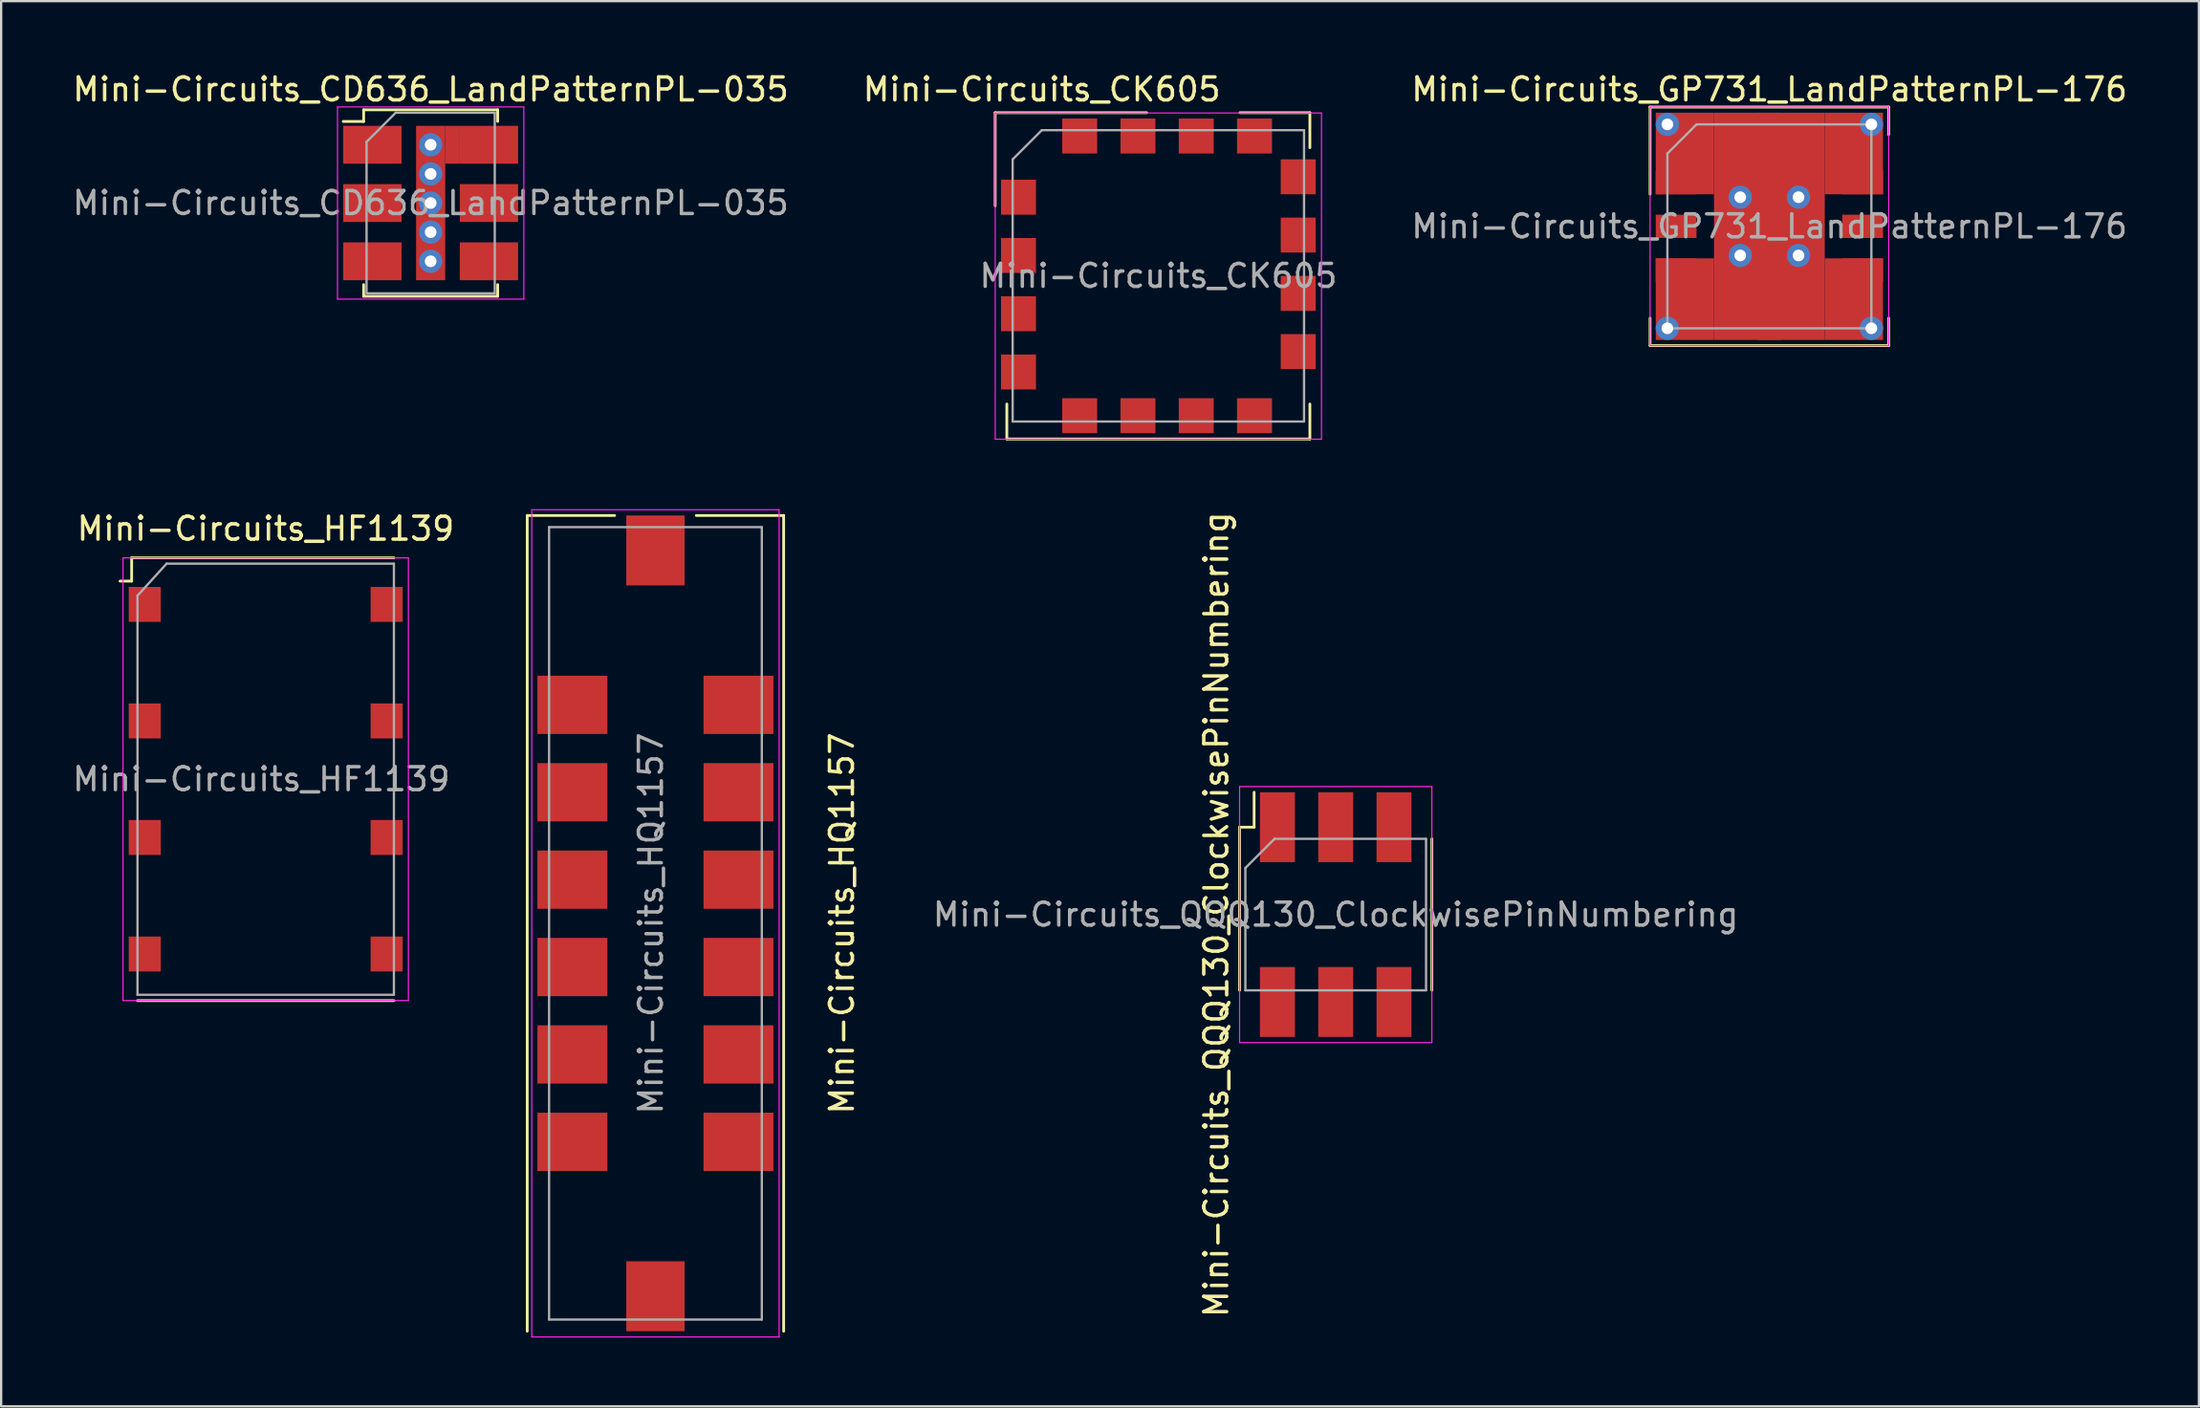
<source format=kicad_pcb>
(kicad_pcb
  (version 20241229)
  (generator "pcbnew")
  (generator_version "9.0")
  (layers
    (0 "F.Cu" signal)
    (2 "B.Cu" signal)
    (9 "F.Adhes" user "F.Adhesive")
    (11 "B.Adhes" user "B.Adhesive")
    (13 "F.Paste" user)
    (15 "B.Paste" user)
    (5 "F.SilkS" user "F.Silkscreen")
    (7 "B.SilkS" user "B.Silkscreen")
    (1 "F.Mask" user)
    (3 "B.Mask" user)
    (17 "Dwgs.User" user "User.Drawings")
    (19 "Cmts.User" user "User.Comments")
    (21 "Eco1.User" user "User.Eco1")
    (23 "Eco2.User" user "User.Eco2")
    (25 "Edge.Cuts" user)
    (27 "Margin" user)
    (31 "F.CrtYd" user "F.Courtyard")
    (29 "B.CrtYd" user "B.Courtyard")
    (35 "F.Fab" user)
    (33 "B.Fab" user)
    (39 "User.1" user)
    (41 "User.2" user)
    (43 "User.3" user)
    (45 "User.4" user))
  (footprint "Mini-Circuits_HF1139"
    (layer "F.Cu")
    (at 8.53 30.919)
    (property "Reference" "Mini-Circuits_HF1139" (at 0 -10.922 0) (layer "F.SilkS") (effects (font (size 1 1) (thickness 0.15))))
    (attr smd)
    (fp_line (start -5.842 -9.652) (end -5.842 -8.636) (stroke (width 0.12) (type solid)) (layer "F.SilkS"))
    (fp_line (start -5.842 -8.636) (end -6.35 -8.636) (stroke (width 0.12) (type solid)) (layer "F.SilkS"))
    (fp_line (start 5.588 -9.652) (end -5.842 -9.652) (stroke (width 0.12) (type solid)) (layer "F.SilkS"))
    (fp_line (start 5.588 9.652) (end -5.588 9.652) (stroke (width 0.12) (type solid)) (layer "F.SilkS"))
    (fp_line (start -6.22 -9.65) (end -6.22 9.65) (stroke (width 0.05) (type solid)) (layer "F.CrtYd"))
    (fp_line (start -6.22 -9.65) (end 6.22 -9.65) (stroke (width 0.05) (type solid)) (layer "F.CrtYd"))
    (fp_line (start 6.22 9.65) (end -6.22 9.65) (stroke (width 0.05) (type solid)) (layer "F.CrtYd"))
    (fp_line (start 6.22 9.65) (end 6.22 -9.65) (stroke (width 0.05) (type solid)) (layer "F.CrtYd"))
    (fp_line (start -5.588 -8.001) (end -5.588 9.398) (stroke (width 0.1) (type solid)) (layer "F.Fab"))
    (fp_line (start -4.318 -9.398) (end -5.588 -8.001) (stroke (width 0.1) (type solid)) (layer "F.Fab"))
    (fp_line (start 5.588 -9.398) (end -4.318 -9.398) (stroke (width 0.1) (type solid)) (layer "F.Fab"))
    (fp_line (start 5.588 9.398) (end -5.588 9.398) (stroke (width 0.1) (type solid)) (layer "F.Fab"))
    (fp_line (start 5.588 9.398) (end 5.588 -9.398) (stroke (width 0.1) (type solid)) (layer "F.Fab"))
    (fp_text user "${REFERENCE}" (at -0.191 0 180) (layer "F.Fab") (effects (font (size 1 1) (thickness 0.15))))
    (pad "1" smd rect (at -5.271 -7.62 270) (size 1.524 1.397) (layers "F.Cu" "F.Mask" "F.Paste"))
    (pad "2" smd rect (at 5.271 -7.62 270) (size 1.524 1.397) (layers "F.Cu" "F.Mask" "F.Paste"))
    (pad "3" smd rect (at -5.271 -2.54 270) (size 1.524 1.397) (layers "F.Cu" "F.Mask" "F.Paste"))
    (pad "4" smd rect (at 5.271 -2.54 270) (size 1.524 1.397) (layers "F.Cu" "F.Mask" "F.Paste"))
    (pad "5" smd rect (at -5.271 2.54 270) (size 1.524 1.397) (layers "F.Cu" "F.Mask" "F.Paste"))
    (pad "6" smd rect (at 5.271 2.54 270) (size 1.524 1.397) (layers "F.Cu" "F.Mask" "F.Paste"))
    (pad "7" smd rect (at -5.271 7.62 270) (size 1.524 1.397) (layers "F.Cu" "F.Mask" "F.Paste"))
    (pad "8" smd rect (at 5.271 7.62 270) (size 1.524 1.397) (layers "F.Cu" "F.Mask" "F.Paste")))
  (footprint "Mini-Circuits_CD636_LandPatternPL-035"
    (layer "F.Cu")
    (at 15.72 5.801)
    (property "Reference" "Mini-Circuits_CD636_LandPatternPL-035" (at 0.004 -4.953 0) (layer "F.SilkS") (effects (font (size 1 1) (thickness 0.15))))
    (attr smd)
    (fp_line (start -2.921 -4.064) (end -2.921 -3.556) (stroke (width 0.12) (type solid)) (layer "F.SilkS"))
    (fp_line (start -2.921 -3.556) (end -3.81 -3.556) (stroke (width 0.12) (type solid)) (layer "F.SilkS"))
    (fp_line (start -2.921 3.556) (end -2.921 4.064) (stroke (width 0.12) (type solid)) (layer "F.SilkS"))
    (fp_line (start -2.921 4.064) (end 2.921 4.064) (stroke (width 0.12) (type solid)) (layer "F.SilkS"))
    (fp_line (start 2.921 -4.064) (end -2.921 -4.064) (stroke (width 0.12) (type solid)) (layer "F.SilkS"))
    (fp_line (start 2.921 -3.556) (end 2.921 -4.064) (stroke (width 0.12) (type solid)) (layer "F.SilkS"))
    (fp_line (start 2.921 4.064) (end 2.921 3.556) (stroke (width 0.12) (type solid)) (layer "F.SilkS"))
    (fp_line (start -4.06 -4.19) (end -4.06 4.19) (stroke (width 0.05) (type solid)) (layer "F.CrtYd"))
    (fp_line (start -4.06 -4.19) (end 4.06 -4.19) (stroke (width 0.05) (type solid)) (layer "F.CrtYd"))
    (fp_line (start 4.06 4.19) (end -4.06 4.19) (stroke (width 0.05) (type solid)) (layer "F.CrtYd"))
    (fp_line (start 4.06 4.19) (end 4.06 -4.19) (stroke (width 0.05) (type solid)) (layer "F.CrtYd"))
    (fp_line (start -2.794 -2.667) (end -2.794 3.937) (stroke (width 0.1) (type solid)) (layer "F.Fab"))
    (fp_line (start -2.794 3.937) (end 2.794 3.937) (stroke (width 0.1) (type solid)) (layer "F.Fab"))
    (fp_line (start -1.524 -3.937) (end -2.794 -2.667) (stroke (width 0.1) (type solid)) (layer "F.Fab"))
    (fp_line (start 2.794 -3.937) (end -1.524 -3.937) (stroke (width 0.1) (type solid)) (layer "F.Fab"))
    (fp_line (start 2.794 -3.937) (end 2.794 3.937) (stroke (width 0.1) (type solid)) (layer "F.Fab"))
    (fp_text user "${REFERENCE}" (at 0 0 0) (layer "F.Fab") (effects (font (size 1 1) (thickness 0.15))))
    (pad "1" smd rect (at -2.54 -2.54 270) (size 1.651 2.54) (layers "F.Cu" "F.Mask" "F.Paste"))
    (pad "2" smd rect (at -2.54 0 270) (size 1.651 2.54) (layers "F.Cu" "F.Mask" "F.Paste"))
    (pad "3" smd rect (at -2.54 2.54 270) (size 1.651 2.54) (layers "F.Cu" "F.Mask" "F.Paste"))
    (pad "4" smd rect (at 2.54 2.54 270) (size 1.651 2.54) (layers "F.Cu" "F.Mask" "F.Paste"))
    (pad "5" smd rect (at 2.54 0 270) (size 1.651 2.54) (layers "F.Cu" "F.Mask" "F.Paste"))
    (pad "6" thru_hole circle (at 0 -2.54 270) (size 1.016 1.016) (drill 0.508) (layers "*.Cu"))
    (pad "6" thru_hole circle (at 0 -1.27 270) (size 1.016 1.016) (drill 0.508) (layers "*.Cu"))
    (pad "6" thru_hole circle (at 0 0 270) (size 1.016 1.016) (drill 0.508) (layers "*.Cu"))
    (pad "6" smd rect (at 0 0 270) (size 6.731 1.27) (layers "F.Cu"))
    (pad "6" thru_hole circle (at 0 1.27 270) (size 1.016 1.016) (drill 0.508) (layers "*.Cu"))
    (pad "6" thru_hole circle (at 0 2.54 270) (size 1.016 1.016) (drill 0.508) (layers "*.Cu"))
    (pad "6" smd rect (at 0.953 -2.54 270) (size 1.651 0.635) (layers "F.Cu"))
    (pad "6" smd rect (at 2.54 -2.54 270) (size 1.651 2.54) (layers "F.Cu" "F.Mask" "F.Paste")))
  (footprint "Mini-Circuits_CK605"
    (layer "F.Cu")
    (at 47.436 8.976)
    (property "Reference" "Mini-Circuits_CK605" (at -5.08 -8.128 180) (layer "F.SilkS") (effects (font (size 1 1) (thickness 0.15))))
    (attr smd)
    (fp_line (start -7.112 -7.112) (end -0.508 -7.112) (stroke (width 0.12) (type solid)) (layer "F.SilkS"))
    (fp_line (start -7.112 -3.048) (end -7.112 -7.112) (stroke (width 0.12) (type solid)) (layer "F.SilkS"))
    (fp_line (start -6.604 5.588) (end -6.604 7.112) (stroke (width 0.12) (type solid)) (layer "F.SilkS"))
    (fp_line (start -6.604 7.112) (end 6.604 7.112) (stroke (width 0.12) (type solid)) (layer "F.SilkS"))
    (fp_line (start 3.556 -7.112) (end 6.604 -7.112) (stroke (width 0.12) (type solid)) (layer "F.SilkS"))
    (fp_line (start 6.604 -7.112) (end 6.604 -5.588) (stroke (width 0.12) (type solid)) (layer "F.SilkS"))
    (fp_line (start 6.604 7.112) (end 6.604 5.588) (stroke (width 0.12) (type solid)) (layer "F.SilkS"))
    (fp_line (start -7.11 -7.1) (end -7.11 7.12) (stroke (width 0.05) (type solid)) (layer "F.CrtYd"))
    (fp_line (start -7.11 -7.1) (end 7.11 -7.1) (stroke (width 0.05) (type solid)) (layer "F.CrtYd"))
    (fp_line (start 7.11 7.12) (end -7.11 7.12) (stroke (width 0.05) (type solid)) (layer "F.CrtYd"))
    (fp_line (start 7.11 7.12) (end 7.11 -7.1) (stroke (width 0.05) (type solid)) (layer "F.CrtYd"))
    (fp_line (start -6.35 -5.08) (end -6.35 6.35) (stroke (width 0.1) (type solid)) (layer "F.Fab"))
    (fp_line (start -6.35 -5.08) (end -5.08 -6.35) (stroke (width 0.1) (type solid)) (layer "F.Fab"))
    (fp_line (start -6.35 6.35) (end 6.35 6.35) (stroke (width 0.1) (type solid)) (layer "F.Fab"))
    (fp_line (start 6.35 -6.35) (end -5.08 -6.35) (stroke (width 0.1) (type solid)) (layer "F.Fab"))
    (fp_line (start 6.35 6.35) (end 6.35 -6.35) (stroke (width 0.1) (type solid)) (layer "F.Fab"))
    (fp_text user "${REFERENCE}" (at 0 0 0) (layer "F.Fab") (effects (font (size 1 1) (thickness 0.15))))
    (pad "1" smd rect (at -6.096 -3.429 270) (size 1.524 1.524) (layers "F.Cu" "F.Mask" "F.Paste"))
    (pad "2" smd rect (at -6.096 -0.889 270) (size 1.524 1.524) (layers "F.Cu" "F.Mask" "F.Paste"))
    (pad "3" smd rect (at -6.096 1.651 270) (size 1.524 1.524) (layers "F.Cu" "F.Mask" "F.Paste"))
    (pad "4" smd rect (at -6.096 4.191 270) (size 1.524 1.524) (layers "F.Cu" "F.Mask" "F.Paste"))
    (pad "5" smd rect (at -3.429 6.096 270) (size 1.524 1.524) (layers "F.Cu" "F.Mask" "F.Paste"))
    (pad "6" smd rect (at -0.889 6.096 270) (size 1.524 1.524) (layers "F.Cu" "F.Mask" "F.Paste"))
    (pad "7" smd rect (at 1.651 6.096 270) (size 1.524 1.524) (layers "F.Cu" "F.Mask" "F.Paste"))
    (pad "8" smd rect (at 4.191 6.096 270) (size 1.524 1.524) (layers "F.Cu" "F.Mask" "F.Paste"))
    (pad "9" smd rect (at 6.096 3.302 270) (size 1.524 1.524) (layers "F.Cu" "F.Mask" "F.Paste"))
    (pad "10" smd rect (at 6.096 0.762 270) (size 1.524 1.524) (layers "F.Cu" "F.Mask" "F.Paste"))
    (pad "11" smd rect (at 6.096 -1.778 270) (size 1.524 1.524) (layers "F.Cu" "F.Mask" "F.Paste"))
    (pad "12" smd rect (at 6.096 -4.318 270) (size 1.524 1.524) (layers "F.Cu" "F.Mask" "F.Paste"))
    (pad "13" smd rect (at 4.191 -6.096 270) (size 1.524 1.524) (layers "F.Cu" "F.Mask" "F.Paste"))
    (pad "14" smd rect (at 1.651 -6.096 270) (size 1.524 1.524) (layers "F.Cu" "F.Mask" "F.Paste"))
    (pad "15" smd rect (at -0.889 -6.096 270) (size 1.524 1.524) (layers "F.Cu" "F.Mask" "F.Paste"))
    (pad "16" smd rect (at -3.429 -6.096 270) (size 1.524 1.524) (layers "F.Cu" "F.Mask" "F.Paste")))
  (footprint "Mini-Circuits_GP731_LandPatternPL-176"
    (layer "F.Cu")
    (at 74.067 6.817)
    (property "Reference" "Mini-Circuits_GP731_LandPatternPL-176" (at 0 -5.969 0) (layer "F.SilkS") (effects (font (size 1 1) (thickness 0.15))))
    (attr smd)
    (fp_line (start -5.2 -5.2) (end -5.2 -1.4) (stroke (width 0.12) (type solid)) (layer "F.SilkS"))
    (fp_line (start -5.2 -5.2) (end 5.2 -5.2) (stroke (width 0.12) (type solid)) (layer "F.SilkS"))
    (fp_line (start -5.2 4) (end -5.2 5.2) (stroke (width 0.12) (type solid)) (layer "F.SilkS"))
    (fp_line (start 5.2 -4) (end 5.2 -5.2) (stroke (width 0.12) (type solid)) (layer "F.SilkS"))
    (fp_line (start 5.2 5.2) (end -5.2 5.2) (stroke (width 0.12) (type solid)) (layer "F.SilkS"))
    (fp_line (start 5.2 5.2) (end 5.2 4) (stroke (width 0.12) (type solid)) (layer "F.SilkS"))
    (fp_line (start -5.2 -5.2) (end -5.2 5.2) (stroke (width 0.05) (type solid)) (layer "F.CrtYd"))
    (fp_line (start -5.2 -5.2) (end 5.2 -5.2) (stroke (width 0.05) (type solid)) (layer "F.CrtYd"))
    (fp_line (start 5.2 5.2) (end -5.2 5.2) (stroke (width 0.05) (type solid)) (layer "F.CrtYd"))
    (fp_line (start 5.2 5.2) (end 5.2 -5.2) (stroke (width 0.05) (type solid)) (layer "F.CrtYd"))
    (fp_line (start -4.445 -3.175) (end -3.175 -4.445) (stroke (width 0.1) (type solid)) (layer "F.Fab"))
    (fp_line (start -4.445 4.445) (end -4.445 -3.175) (stroke (width 0.1) (type solid)) (layer "F.Fab"))
    (fp_line (start -3.175 -4.445) (end 4.445 -4.445) (stroke (width 0.1) (type solid)) (layer "F.Fab"))
    (fp_line (start 4.445 -4.445) (end 4.445 4.445) (stroke (width 0.1) (type solid)) (layer "F.Fab"))
    (fp_line (start 4.445 4.445) (end -4.445 4.445) (stroke (width 0.1) (type solid)) (layer "F.Fab"))
    (fp_text user "${REFERENCE}" (at 0 0 0) (layer "F.Fab") (effects (font (size 1 1) (thickness 0.15))))
    (pad "1" thru_hole circle (at -4.445 -4.445) (size 1.016 1.016) (drill 0.508) (layers "*.Cu"))
    (pad "1" thru_hole circle (at -4.445 4.445) (size 1.016 1.016) (drill 0.508) (layers "*.Cu"))
    (pad "1" smd rect (at -4.064 -1.905 180) (size 1.778 1.016) (layers "F.Cu" "F.Mask" "F.Paste"))
    (pad "1" smd rect (at -3.683 -3.175) (size 2.54 3.556) (layers "F.Cu"))
    (pad "1" smd rect (at -3.683 3.175) (size 2.54 3.556) (layers "F.Cu"))
    (pad "1" thru_hole circle (at -1.27 -1.27) (size 1.016 1.016) (drill 0.508) (layers "*.Cu"))
    (pad "1" thru_hole circle (at -1.27 1.27) (size 1.016 1.016) (drill 0.508) (layers "*.Cu"))
    (pad "1" smd rect (at 0 0) (size 4.826 9.906) (layers "F.Cu"))
    (pad "1" thru_hole circle (at 1.27 -1.27) (size 1.016 1.016) (drill 0.508) (layers "*.Cu"))
    (pad "1" thru_hole circle (at 1.27 1.27) (size 1.016 1.016) (drill 0.508) (layers "*.Cu"))
    (pad "1" smd rect (at 3.683 -3.175) (size 2.54 3.556) (layers "F.Cu"))
    (pad "1" smd rect (at 3.683 3.175) (size 2.54 3.556) (layers "F.Cu"))
    (pad "1" thru_hole circle (at 4.445 -4.445) (size 1.016 1.016) (drill 0.508) (layers "*.Cu"))
    (pad "1" thru_hole circle (at 4.445 4.445) (size 1.016 1.016) (drill 0.508) (layers "*.Cu"))
    (pad "2" smd rect (at -4.064 0 180) (size 1.778 1.016) (layers "F.Cu" "F.Mask" "F.Paste"))
    (pad "3" smd rect (at -4.064 1.905 180) (size 1.778 1.016) (layers "F.Cu" "F.Mask" "F.Paste"))
    (pad "4" smd rect (at 0 4.064 270) (size 1.778 1.016) (layers "F.Cu" "F.Mask" "F.Paste"))
    (pad "5" smd rect (at 4.064 1.905) (size 1.778 1.016) (layers "F.Cu" "F.Mask" "F.Paste"))
    (pad "6" smd rect (at 4.064 0) (size 1.778 1.016) (layers "F.Cu" "F.Mask" "F.Paste"))
    (pad "7" smd rect (at 4.064 -1.905) (size 1.778 1.016) (layers "F.Cu" "F.Mask" "F.Paste"))
    (pad "8" smd rect (at 0 -4.064 270) (size 1.778 1.016) (layers "F.Cu" "F.Mask" "F.Paste")))
  (footprint "Mini-Circuits_QQQ130_ClockwisePinNumbering"
    (layer "F.Cu")
    (at 55.166 36.821)
    (property "Reference" "Mini-Circuits_QQQ130_ClockwisePinNumbering" (at -5.207 0 90) (layer "F.SilkS") (effects (font (size 1 1) (thickness 0.15))))
    (attr smd)
    (fp_line (start -4.191 -3.81) (end -4.191 3.302) (stroke (width 0.12) (type solid)) (layer "F.SilkS"))
    (fp_line (start -3.556 -3.81) (end -4.191 -3.81) (stroke (width 0.12) (type solid)) (layer "F.SilkS"))
    (fp_line (start -3.556 -3.81) (end -3.556 -5.334) (stroke (width 0.12) (type solid)) (layer "F.SilkS"))
    (fp_line (start 4.191 -3.302) (end 4.191 3.302) (stroke (width 0.12) (type solid)) (layer "F.SilkS"))
    (fp_line (start -4.19 5.58) (end -4.19 -5.58) (stroke (width 0.05) (type solid)) (layer "F.CrtYd"))
    (fp_line (start -4.19 5.58) (end 4.19 5.58) (stroke (width 0.05) (type solid)) (layer "F.CrtYd"))
    (fp_line (start 4.19 -5.58) (end -4.19 -5.58) (stroke (width 0.05) (type solid)) (layer "F.CrtYd"))
    (fp_line (start 4.19 -5.58) (end 4.19 5.58) (stroke (width 0.05) (type solid)) (layer "F.CrtYd"))
    (fp_line (start -3.937 3.302) (end -3.937 -2.032) (stroke (width 0.1) (type solid)) (layer "F.Fab"))
    (fp_line (start -3.937 3.302) (end 3.937 3.302) (stroke (width 0.1) (type solid)) (layer "F.Fab"))
    (fp_line (start -2.667 -3.302) (end -3.937 -2.032) (stroke (width 0.1) (type solid)) (layer "F.Fab"))
    (fp_line (start 3.937 -3.302) (end -2.667 -3.302) (stroke (width 0.1) (type solid)) (layer "F.Fab"))
    (fp_line (start 3.937 -3.302) (end 3.937 3.302) (stroke (width 0.1) (type solid)) (layer "F.Fab"))
    (fp_text user "${REFERENCE}" (at 0 0 180) (layer "F.Fab") (effects (font (size 1 1) (thickness 0.15))))
    (pad "1" smd rect (at -2.54 -3.81) (size 1.524 3.048) (layers "F.Cu" "F.Mask" "F.Paste"))
    (pad "2" smd rect (at 0 -3.81) (size 1.524 3.048) (layers "F.Cu" "F.Mask" "F.Paste"))
    (pad "3" smd rect (at 2.54 -3.81) (size 1.524 3.048) (layers "F.Cu" "F.Mask" "F.Paste"))
    (pad "4" smd rect (at 2.54 3.81) (size 1.524 3.048) (layers "F.Cu" "F.Mask" "F.Paste"))
    (pad "5" smd rect (at 0 3.81) (size 1.524 3.048) (layers "F.Cu" "F.Mask" "F.Paste"))
    (pad "6" smd rect (at -2.54 3.81) (size 1.524 3.048) (layers "F.Cu" "F.Mask" "F.Paste")))
  (footprint "Mini-Circuits_HQ1157"
    (layer "F.Cu")
    (at 25.517 37.203)
    (property "Reference" "Mini-Circuits_HQ1157" (at 8.128 0 270) (layer "F.SilkS") (effects (font (size 1 1) (thickness 0.15))))
    (attr smd)
    (fp_line (start -5.588 -17.78) (end -5.588 17.78) (stroke (width 0.12) (type solid)) (layer "F.SilkS"))
    (fp_line (start -5.588 -17.78) (end -1.778 -17.78) (stroke (width 0.12) (type solid)) (layer "F.SilkS"))
    (fp_line (start 1.778 -17.78) (end 5.588 -17.78) (stroke (width 0.12) (type solid)) (layer "F.SilkS"))
    (fp_line (start 5.588 -17.78) (end 5.588 17.78) (stroke (width 0.12) (type solid)) (layer "F.SilkS"))
    (fp_line (start -5.39 18.03) (end -5.39 -18.03) (stroke (width 0.05) (type solid)) (layer "F.CrtYd"))
    (fp_line (start -5.39 18.03) (end 5.39 18.03) (stroke (width 0.05) (type solid)) (layer "F.CrtYd"))
    (fp_line (start 5.39 -18.03) (end -5.39 -18.03) (stroke (width 0.05) (type solid)) (layer "F.CrtYd"))
    (fp_line (start 5.39 -18.03) (end 5.39 18.03) (stroke (width 0.05) (type solid)) (layer "F.CrtYd"))
    (fp_line (start -4.636 -17.272) (end 4.636 -17.272) (stroke (width 0.1) (type solid)) (layer "F.Fab"))
    (fp_line (start -4.636 17.272) (end -4.636 -17.272) (stroke (width 0.1) (type solid)) (layer "F.Fab"))
    (fp_line (start 4.636 -17.272) (end 4.636 17.272) (stroke (width 0.1) (type solid)) (layer "F.Fab"))
    (fp_line (start 4.636 17.272) (end -4.636 17.272) (stroke (width 0.1) (type solid)) (layer "F.Fab"))
    (fp_text user "${REFERENCE}" (at -0.2 0 270) (layer "F.Fab") (effects (font (size 1 1) (thickness 0.15))))
    (pad "1" smd rect (at 0 -16.256 270) (size 3.048 2.54) (layers "F.Cu" "F.Mask" "F.Paste"))
    (pad "2" smd rect (at -3.619 -9.525 90) (size 2.54 3.048) (layers "F.Cu" "F.Mask" "F.Paste"))
    (pad "3" smd rect (at -3.619 -5.715 90) (size 2.54 3.048) (layers "F.Cu" "F.Mask" "F.Paste"))
    (pad "4" smd rect (at -3.619 -1.905 90) (size 2.54 3.048) (layers "F.Cu" "F.Mask" "F.Paste"))
    (pad "5" smd rect (at -3.619 1.905 90) (size 2.54 3.048) (layers "F.Cu" "F.Mask" "F.Paste"))
    (pad "6" smd rect (at -3.619 5.715 90) (size 2.54 3.048) (layers "F.Cu" "F.Mask" "F.Paste"))
    (pad "7" smd rect (at -3.619 9.525 90) (size 2.54 3.048) (layers "F.Cu" "F.Mask" "F.Paste"))
    (pad "8" smd rect (at 0 16.256 270) (size 3.048 2.54) (layers "F.Cu" "F.Mask" "F.Paste"))
    (pad "9" smd rect (at 3.619 9.525 270) (size 2.54 3.048) (layers "F.Cu" "F.Mask" "F.Paste"))
    (pad "10" smd rect (at 3.619 5.715 270) (size 2.54 3.048) (layers "F.Cu" "F.Mask" "F.Paste"))
    (pad "11" smd rect (at 3.619 1.905 270) (size 2.54 3.048) (layers "F.Cu" "F.Mask" "F.Paste"))
    (pad "12" smd rect (at 3.619 -1.905 270) (size 2.54 3.048) (layers "F.Cu" "F.Mask" "F.Paste"))
    (pad "13" smd rect (at 3.619 -5.715 270) (size 2.54 3.048) (layers "F.Cu" "F.Mask" "F.Paste"))
    (pad "14" smd rect (at 3.619 -9.525 270) (size 2.54 3.048) (layers "F.Cu" "F.Mask" "F.Paste")))
  (gr_rect
    (start -3 -3)
    (end 92.787 58.258)
    (stroke (width 0.1) (type default))
    (fill no)
    (layer "Edge.Cuts")))
</source>
